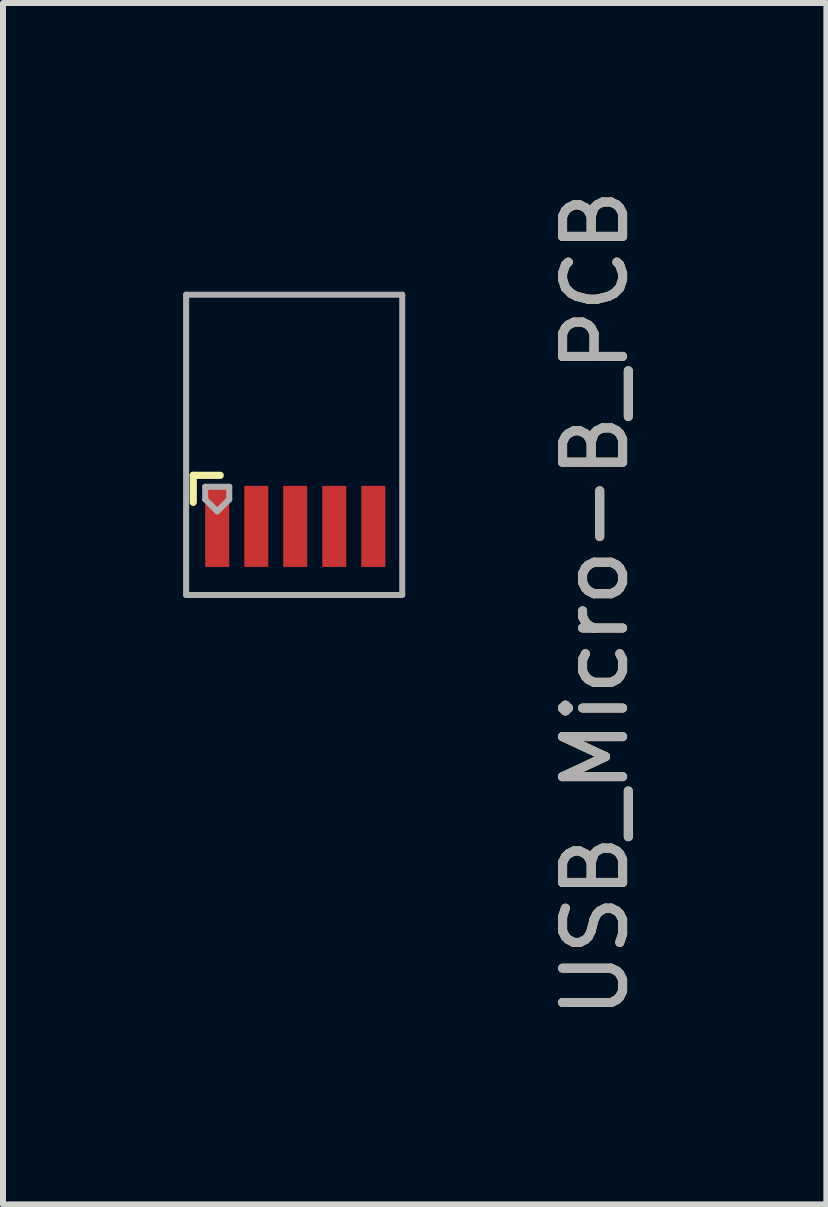
<source format=kicad_pcb>
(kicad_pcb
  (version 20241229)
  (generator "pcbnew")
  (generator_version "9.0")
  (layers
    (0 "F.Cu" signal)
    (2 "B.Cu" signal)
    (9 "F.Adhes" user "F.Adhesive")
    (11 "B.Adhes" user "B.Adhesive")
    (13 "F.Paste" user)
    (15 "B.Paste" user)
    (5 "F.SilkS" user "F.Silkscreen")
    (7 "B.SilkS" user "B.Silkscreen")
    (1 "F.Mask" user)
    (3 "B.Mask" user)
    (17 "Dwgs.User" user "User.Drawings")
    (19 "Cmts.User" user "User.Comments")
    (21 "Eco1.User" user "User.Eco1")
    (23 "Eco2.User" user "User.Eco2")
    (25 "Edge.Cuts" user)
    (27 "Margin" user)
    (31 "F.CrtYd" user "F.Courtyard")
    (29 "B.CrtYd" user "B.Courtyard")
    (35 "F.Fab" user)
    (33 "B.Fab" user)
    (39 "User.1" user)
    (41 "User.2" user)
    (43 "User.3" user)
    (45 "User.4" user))
  (footprint "USB_Micro-B_PCB"
    (layer "F.Cu")
    (at 1.85 5.698)
    (property "Reference" "USB_Micro-B_PCB" (at 5.016 1.308 90) (layer "F.SilkS") (effects (font (size 1 1) (thickness 0.15))))
    (attr through_hole)
    (fp_line (start -1.681 -0.83) (end -1.681 -0.38) (stroke (width 0.12) (type solid)) (layer "F.SilkS"))
    (fp_line (start -1.681 -0.83) (end -1.232 -0.83) (stroke (width 0.12) (type solid)) (layer "F.SilkS"))
    (fp_line (start -1.8 -3.839) (end 1.8 -3.839) (stroke (width 0.1) (type solid)) (layer "F.Fab"))
    (fp_line (start -1.8 1.161) (end -1.8 -3.839) (stroke (width 0.1) (type solid)) (layer "F.Fab"))
    (fp_line (start -1.8 1.163) (end 1.8 1.163) (stroke (width 0.1) (type solid)) (layer "F.Fab"))
    (fp_line (start -1.482 -0.64) (end -1.482 -0.43) (stroke (width 0.1) (type solid)) (layer "F.Fab"))
    (fp_line (start -1.482 -0.64) (end -1.081 -0.64) (stroke (width 0.1) (type solid)) (layer "F.Fab"))
    (fp_line (start -1.282 -0.23) (end -1.482 -0.43) (stroke (width 0.1) (type solid)) (layer "F.Fab"))
    (fp_line (start -1.081 -0.64) (end -1.081 -0.43) (stroke (width 0.1) (type solid)) (layer "F.Fab"))
    (fp_line (start -1.081 -0.43) (end -1.282 -0.23) (stroke (width 0.1) (type solid)) (layer "F.Fab"))
    (fp_line (start 1.8 1.161) (end 1.8 -3.839) (stroke (width 0.1) (type solid)) (layer "F.Fab"))
    (fp_text user "${REFERENCE}" (at 5.016 1.308 90) (layer "F.Fab") (effects (font (size 1 1) (thickness 0.15))))
    (pad "1" smd rect (at -1.282 0.02) (size 0.4 1.35) (layers "F.Cu" "F.Mask" "F.Paste"))
    (pad "2" smd rect (at -0.631 0.02) (size 0.4 1.35) (layers "F.Cu" "F.Mask" "F.Paste"))
    (pad "3" smd rect (at 0.018 0.02) (size 0.4 1.35) (layers "F.Cu" "F.Mask" "F.Paste"))
    (pad "4" smd rect (at 0.668 0.02) (size 0.4 1.35) (layers "F.Cu" "F.Mask" "F.Paste"))
    (pad "5" smd rect (at 1.319 0.02) (size 0.4 1.35) (layers "F.Cu" "F.Mask" "F.Paste")))
  (gr_rect
    (start -3 -3)
    (end 10.715 17.012)
    (stroke (width 0.1) (type default))
    (fill no)
    (layer "Edge.Cuts")))
</source>
